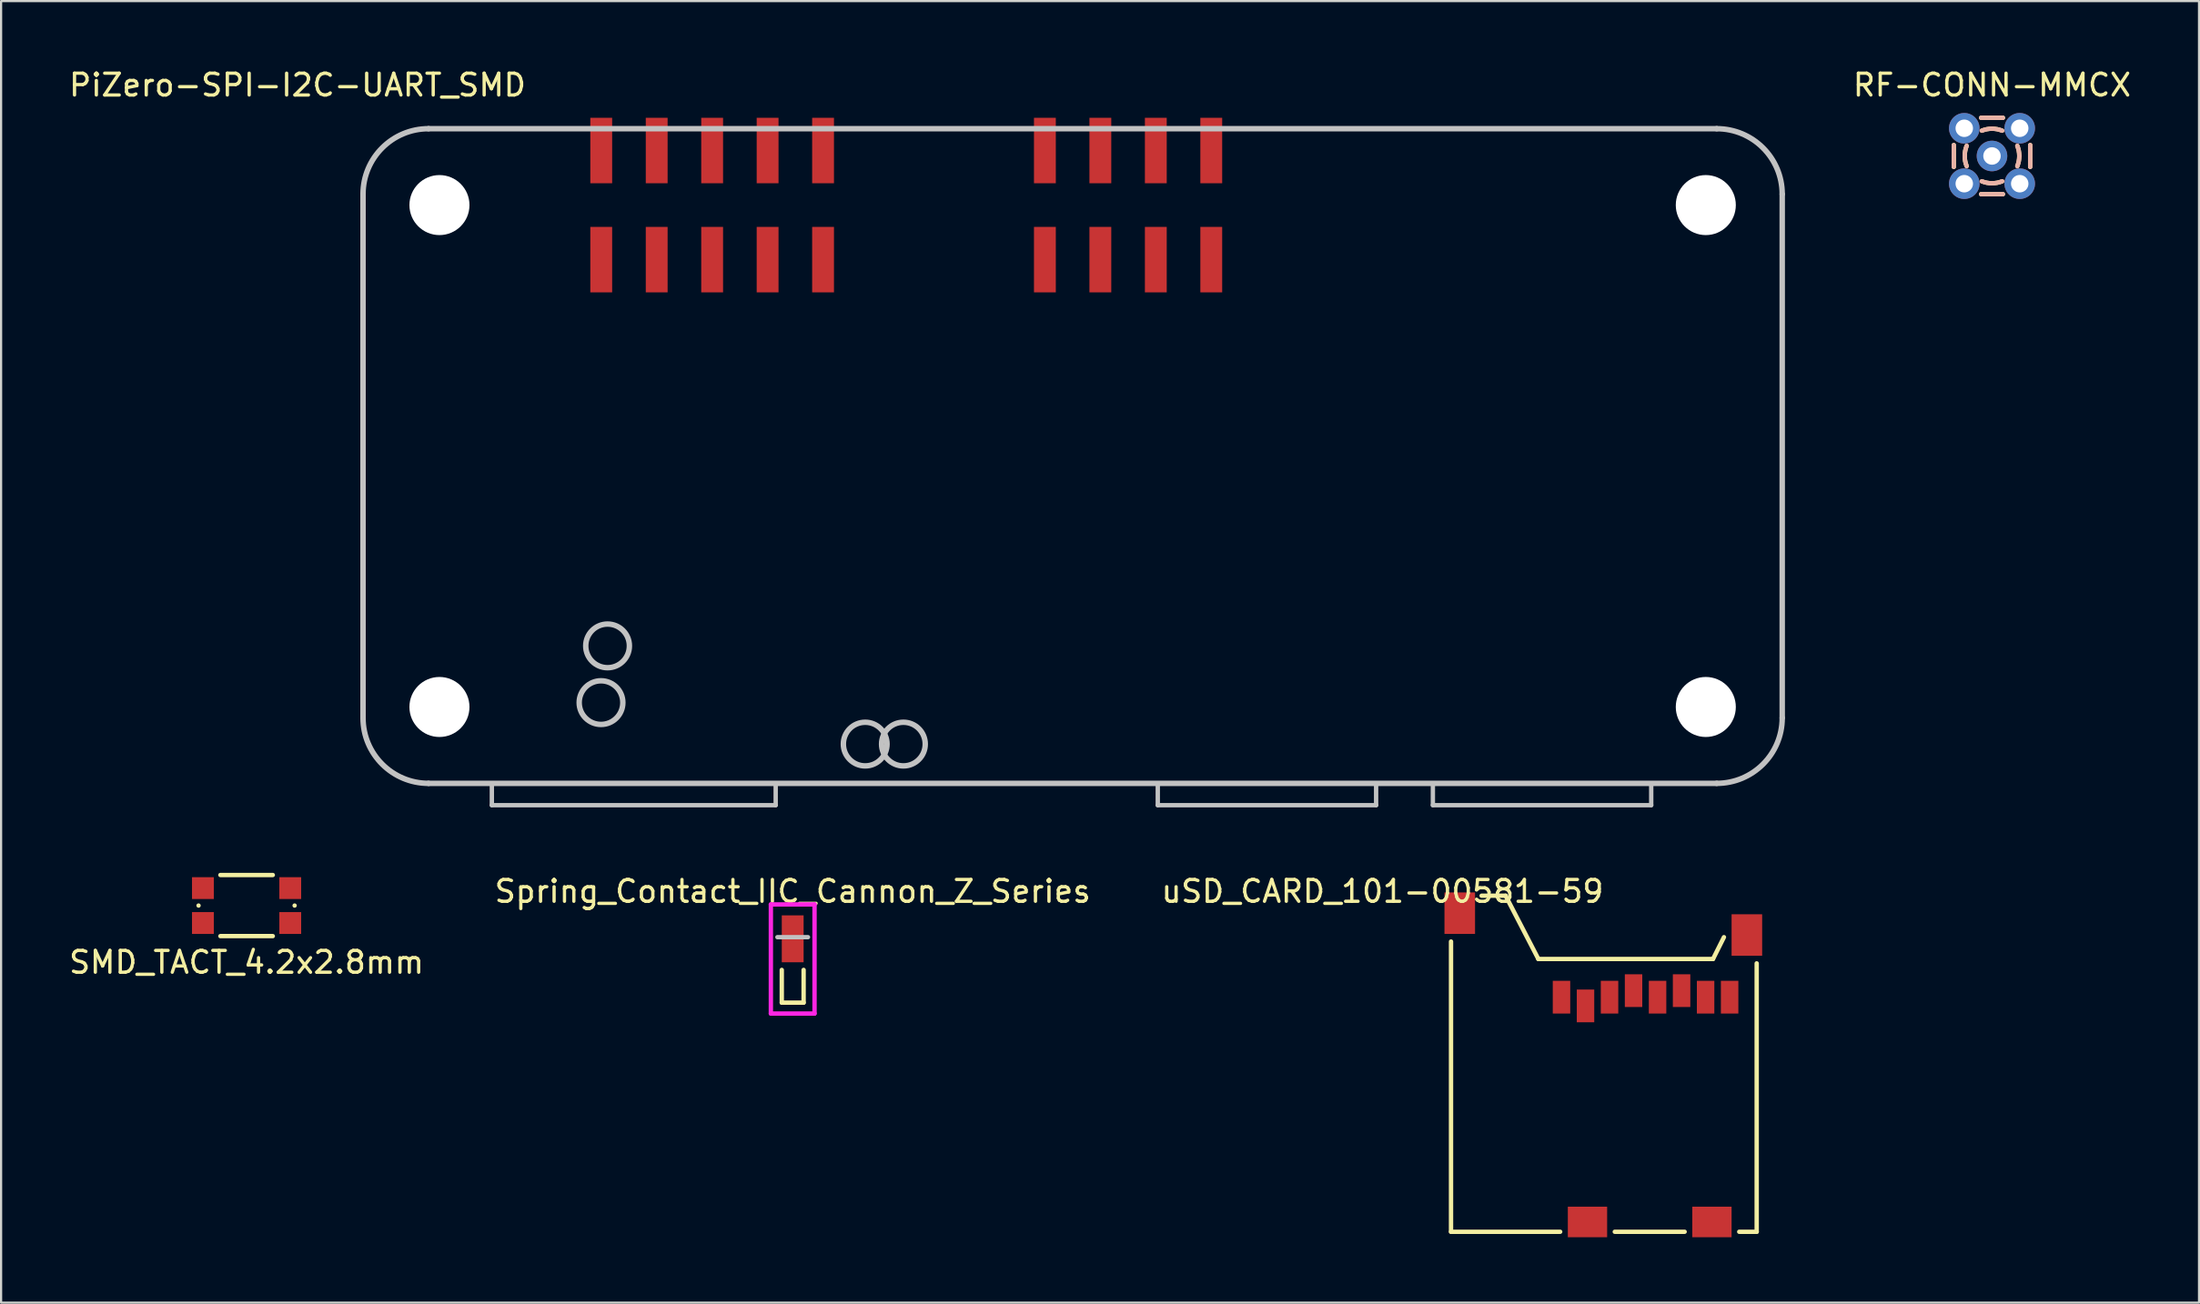
<source format=kicad_pcb>
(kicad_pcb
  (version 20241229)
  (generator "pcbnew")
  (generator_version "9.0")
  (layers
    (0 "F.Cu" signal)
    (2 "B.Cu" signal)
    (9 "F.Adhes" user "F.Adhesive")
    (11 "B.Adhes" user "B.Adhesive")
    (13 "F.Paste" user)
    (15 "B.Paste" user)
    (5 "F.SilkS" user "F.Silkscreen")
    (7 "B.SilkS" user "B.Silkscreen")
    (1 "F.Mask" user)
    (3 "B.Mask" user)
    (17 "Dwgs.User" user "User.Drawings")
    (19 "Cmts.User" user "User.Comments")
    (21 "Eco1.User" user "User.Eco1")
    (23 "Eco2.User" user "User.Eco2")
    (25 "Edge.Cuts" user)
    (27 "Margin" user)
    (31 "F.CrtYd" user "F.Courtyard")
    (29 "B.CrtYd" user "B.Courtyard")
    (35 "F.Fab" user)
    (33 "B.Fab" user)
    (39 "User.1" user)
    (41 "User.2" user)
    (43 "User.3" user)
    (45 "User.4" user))
  (footprint "SMD_TACT_4.2x2.8mm"
    (layer "F.Cu")
    (at 8.244 38.448)
    (property "Reference" "SMD_TACT_4.2x2.8mm" (at 0 2.6 0) (layer "F.SilkS") (effects (font (size 1 1) (thickness 0.15))))
    (attr through_hole)
    (fp_line (start -2.2 0) (end -2.2 0) (stroke (width 0.2) (type solid)) (layer "F.SilkS"))
    (fp_line (start -1.2 1.4) (end 1.2 1.4) (stroke (width 0.2) (type solid)) (layer "F.SilkS"))
    (fp_line (start 1.2 -1.4) (end -1.2 -1.4) (stroke (width 0.2) (type solid)) (layer "F.SilkS"))
    (fp_line (start 2.2 0) (end 2.2 0) (stroke (width 0.2) (type solid)) (layer "F.SilkS"))
    (pad "1" smd rect (at -2 -0.8) (size 1 1) (layers "F.Cu" "F.Mask" "F.Paste"))
    (pad "1" smd rect (at 2 -0.8) (size 1 1) (layers "F.Cu" "F.Mask" "F.Paste"))
    (pad "2" smd rect (at -2 0.8) (size 1 1) (layers "F.Cu" "F.Mask" "F.Paste"))
    (pad "2" smd rect (at 2 0.8) (size 1 1) (layers "F.Cu" "F.Mask" "F.Paste")))
  (footprint "RF-CONN-MMCX"
    (layer "F.Cu")
    (at 88.185 4.098)
    (property "Reference" "RF-CONN-MMCX" (at 0 -3.25 0) (layer "F.SilkS") (effects (font (size 1 1) (thickness 0.15))))
    (attr through_hole)
    (fp_line (start -1.75 0.5) (end -1.75 -0.5) (stroke (width 0.2) (type solid)) (layer "F.SilkS"))
    (fp_line (start -0.5 -1.75) (end 0.5 -1.75) (stroke (width 0.2) (type solid)) (layer "F.SilkS"))
    (fp_line (start 0.5 1.75) (end -0.5 1.75) (stroke (width 0.2) (type solid)) (layer "F.SilkS"))
    (fp_line (start 1.75 -0.5) (end 1.75 0.5) (stroke (width 0.2) (type solid)) (layer "F.SilkS"))
    (fp_arc (start -1.25 0) (mid -1.227446 -0.236384) (end -1.160596 -0.464238) (stroke (width 0.2) (type solid)) (layer "F.SilkS"))
    (fp_arc (start -1.160607 0.46421) (mid -1.227448 0.236369) (end -1.25 0) (stroke (width 0.2) (type solid)) (layer "F.SilkS"))
    (fp_arc (start -0.46421 -1.160607) (mid -0.236369 -1.227448) (end 0 -1.25) (stroke (width 0.2) (type solid)) (layer "F.SilkS"))
    (fp_arc (start 0 -1.25) (mid 0.236384 -1.227446) (end 0.464238 -1.160596) (stroke (width 0.2) (type solid)) (layer "F.SilkS"))
    (fp_arc (start 0 1.25) (mid -0.236384 1.227446) (end -0.464238 1.160596) (stroke (width 0.2) (type solid)) (layer "F.SilkS"))
    (fp_arc (start 0.46421 1.160607) (mid 0.236369 1.227448) (end 0 1.25) (stroke (width 0.2) (type solid)) (layer "F.SilkS"))
    (fp_arc (start 1.160607 -0.46421) (mid 1.227448 -0.236369) (end 1.25 0) (stroke (width 0.2) (type solid)) (layer "F.SilkS"))
    (fp_arc (start 1.25 0) (mid 1.227446 0.236384) (end 1.160596 0.464238) (stroke (width 0.2) (type solid)) (layer "F.SilkS"))
    (fp_line (start -1.75 0.5) (end -1.75 -0.5) (stroke (width 0.2) (type solid)) (layer "B.SilkS"))
    (fp_line (start -0.5 -1.75) (end 0.5 -1.75) (stroke (width 0.2) (type solid)) (layer "B.SilkS"))
    (fp_line (start 0.5 1.75) (end -0.5 1.75) (stroke (width 0.2) (type solid)) (layer "B.SilkS"))
    (fp_line (start 1.75 -0.5) (end 1.75 0.5) (stroke (width 0.2) (type solid)) (layer "B.SilkS"))
    (fp_arc (start -1.25 0) (mid -1.227448 -0.236369) (end -1.160607 -0.46421) (stroke (width 0.2) (type solid)) (layer "B.SilkS"))
    (fp_arc (start -1.160607 0.46421) (mid -1.227448 0.236369) (end -1.25 0) (stroke (width 0.2) (type solid)) (layer "B.SilkS"))
    (fp_arc (start -0.46421 -1.160607) (mid -0.236369 -1.227448) (end 0 -1.25) (stroke (width 0.2) (type solid)) (layer "B.SilkS"))
    (fp_arc (start 0 -1.25) (mid 0.236369 -1.227448) (end 0.46421 -1.160607) (stroke (width 0.2) (type solid)) (layer "B.SilkS"))
    (fp_arc (start 0 1.25) (mid -0.236369 1.227448) (end -0.46421 1.160607) (stroke (width 0.2) (type solid)) (layer "B.SilkS"))
    (fp_arc (start 0.46421 1.160607) (mid 0.236369 1.227448) (end 0 1.25) (stroke (width 0.2) (type solid)) (layer "B.SilkS"))
    (fp_arc (start 1.160607 -0.46421) (mid 1.227448 -0.236369) (end 1.25 0) (stroke (width 0.2) (type solid)) (layer "B.SilkS"))
    (fp_arc (start 1.25 0) (mid 1.227448 0.236369) (end 1.160607 0.46421) (stroke (width 0.2) (type solid)) (layer "B.SilkS"))
    (pad "1" thru_hole circle (at 0 0) (size 1.4 1.4) (drill 0.8) (layers "*.Cu" "*.Mask"))
    (pad "2" thru_hole circle (at -1.27 -1.27) (size 1.4 1.4) (drill 0.8) (layers "*.Cu" "*.Mask"))
    (pad "2" thru_hole circle (at -1.27 1.27) (size 1.4 1.4) (drill 0.8) (layers "*.Cu" "*.Mask"))
    (pad "2" thru_hole circle (at 1.27 -1.27) (size 1.4 1.4) (drill 0.8) (layers "*.Cu" "*.Mask"))
    (pad "2" thru_hole circle (at 1.27 1.27) (size 1.4 1.4) (drill 0.8) (layers "*.Cu" "*.Mask")))
  (footprint "uSD_CARD_101-00581-59"
    (layer "F.Cu")
    (at 77.408 43.397)
    (property "Reference" "uSD_CARD_101-00581-59" (at -17.14 -5.6 0) (layer "F.SilkS") (effects (font (size 1 1) (thickness 0.15))))
    (attr through_hole)
    (fp_line (start -14 10) (end -14 -3.3) (stroke (width 0.2) (type solid)) (layer "F.SilkS"))
    (fp_line (start -14 10) (end -9 10) (stroke (width 0.2) (type solid)) (layer "F.SilkS"))
    (fp_line (start -12.6 -5.4) (end -11.5 -5.4) (stroke (width 0.2) (type solid)) (layer "F.SilkS"))
    (fp_line (start -11.5 -5.4) (end -10 -2.5) (stroke (width 0.2) (type solid)) (layer "F.SilkS"))
    (fp_line (start -10 -2.5) (end -2 -2.5) (stroke (width 0.2) (type solid)) (layer "F.SilkS"))
    (fp_line (start -3.3 10) (end -6.5 10) (stroke (width 0.2) (type solid)) (layer "F.SilkS"))
    (fp_line (start -2 -2.5) (end -1.5 -3.5) (stroke (width 0.2) (type solid)) (layer "F.SilkS"))
    (fp_line (start 0 -2.3) (end 0 10) (stroke (width 0.2) (type solid)) (layer "F.SilkS"))
    (fp_line (start 0 10) (end -0.8 10) (stroke (width 0.2) (type solid)) (layer "F.SilkS"))
    (pad "1" smd rect (at -8.94 -0.75) (size 0.8 1.5) (layers "F.Cu" "F.Mask" "F.Paste"))
    (pad "2" smd rect (at -7.84 -0.35) (size 0.8 1.5) (layers "F.Cu" "F.Mask" "F.Paste"))
    (pad "3" smd rect (at -6.74 -0.75) (size 0.8 1.5) (layers "F.Cu" "F.Mask" "F.Paste"))
    (pad "4" smd rect (at -5.64 -1.05) (size 0.8 1.5) (layers "F.Cu" "F.Mask" "F.Paste"))
    (pad "5" smd rect (at -4.54 -0.75) (size 0.8 1.5) (layers "F.Cu" "F.Mask" "F.Paste"))
    (pad "6" smd rect (at -3.44 -1.05) (size 0.8 1.5) (layers "F.Cu" "F.Mask" "F.Paste"))
    (pad "7" smd rect (at -2.34 -0.75) (size 0.8 1.5) (layers "F.Cu" "F.Mask" "F.Paste"))
    (pad "8" smd rect (at -1.24 -0.75) (size 0.8 1.5) (layers "F.Cu" "F.Mask" "F.Paste"))
    (pad "9" smd rect (at -13.6 -4.6) (size 1.4 1.9) (layers "F.Cu" "F.Mask" "F.Paste"))
    (pad "9" smd rect (at -0.45 -3.6) (size 1.4 1.9) (layers "F.Cu" "F.Mask" "F.Paste"))
    (pad "10" smd rect (at -7.75 9.55) (size 1.8 1.4) (layers "F.Cu" "F.Mask" "F.Paste"))
    (pad "10" smd rect (at -2.05 9.55) (size 1.8 1.4) (layers "F.Cu" "F.Mask" "F.Paste")))
  (footprint "PiZero-SPI-I2C-UART_SMD"
    (layer "F.Cu")
    (at 13.577 32.848)
    (property "Reference" "PiZero-SPI-I2C-UART_SMD" (at -3 -32 0) (layer "F.SilkS") (effects (font (size 1 1) (thickness 0.15))))
    (attr through_hole)
    (fp_line (start 0 -3) (end 0 -27) (stroke (width 0.25) (type solid)) (layer "Dwgs.User"))
    (fp_line (start 3 -30) (end 62 -30) (stroke (width 0.25) (type solid)) (layer "Dwgs.User"))
    (fp_line (start 5.9 0) (end 5.9 1) (stroke (width 0.2) (type solid)) (layer "Dwgs.User"))
    (fp_line (start 5.9 1) (end 18.9 1) (stroke (width 0.2) (type solid)) (layer "Dwgs.User"))
    (fp_line (start 18.9 1) (end 18.9 0) (stroke (width 0.2) (type solid)) (layer "Dwgs.User"))
    (fp_line (start 36.4 0) (end 36.4 1) (stroke (width 0.2) (type solid)) (layer "Dwgs.User"))
    (fp_line (start 36.4 1) (end 46.4 1) (stroke (width 0.2) (type solid)) (layer "Dwgs.User"))
    (fp_line (start 46.4 1) (end 46.4 0) (stroke (width 0.2) (type solid)) (layer "Dwgs.User"))
    (fp_line (start 49 0) (end 49 1) (stroke (width 0.2) (type solid)) (layer "Dwgs.User"))
    (fp_line (start 49 1) (end 59 1) (stroke (width 0.2) (type solid)) (layer "Dwgs.User"))
    (fp_line (start 59 1) (end 59 0) (stroke (width 0.2) (type solid)) (layer "Dwgs.User"))
    (fp_line (start 62 0) (end 3 0) (stroke (width 0.25) (type solid)) (layer "Dwgs.User"))
    (fp_line (start 65 -27) (end 65 -3) (stroke (width 0.25) (type solid)) (layer "Dwgs.User"))
    (fp_arc (start 0 -27) (mid 0.87868 -29.12132) (end 3 -30) (stroke (width 0.25) (type solid)) (layer "Dwgs.User"))
    (fp_arc (start 3 0) (mid 0.87868 -0.87868) (end 0 -3) (stroke (width 0.25) (type solid)) (layer "Dwgs.User"))
    (fp_arc (start 62 -30) (mid 64.12132 -29.12132) (end 65 -27) (stroke (width 0.25) (type solid)) (layer "Dwgs.User"))
    (fp_arc (start 65 -3) (mid 64.12132 -0.87868) (end 62 0) (stroke (width 0.25) (type solid)) (layer "Dwgs.User"))
    (fp_circle (center 10.9 -3.7) (end 10.9 -4.7) (stroke (width 0.25) (type solid)) (fill no) (layer "Dwgs.User"))
    (fp_circle (center 11.2 -6.3) (end 11.2 -7.3) (stroke (width 0.25) (type solid)) (fill no) (layer "Dwgs.User"))
    (fp_circle (center 23 -1.8) (end 23 -2.8) (stroke (width 0.25) (type solid)) (fill no) (layer "Dwgs.User"))
    (fp_circle (center 24.75 -1.8) (end 24.75 -2.8) (stroke (width 0.25) (type solid)) (fill no) (layer "Dwgs.User"))
    (pad "" np_thru_hole circle (at 3.5 -26.5) (size 2.75 2.75) (drill 2.75) (layers "*.Cu" "*.Mask"))
    (pad "" np_thru_hole circle (at 3.5 -3.5) (size 2.75 2.75) (drill 2.75) (layers "*.Cu" "*.Mask"))
    (pad "" np_thru_hole circle (at 61.5 -26.5) (size 2.75 2.75) (drill 2.75) (layers "*.Cu" "*.Mask"))
    (pad "" np_thru_hole circle (at 61.5 -3.5) (size 2.75 2.75) (drill 2.75) (layers "*.Cu" "*.Mask"))
    (pad "3" smd rect (at 10.91 -24) (size 1 3) (layers "F.Cu" "F.Mask" "F.Paste"))
    (pad "4" smd rect (at 10.91 -29) (size 1 3) (layers "F.Cu" "F.Mask" "F.Paste"))
    (pad "5" smd rect (at 13.45 -24) (size 1 3) (layers "F.Cu" "F.Mask" "F.Paste"))
    (pad "6" smd rect (at 13.45 -29 90) (size 3 1) (layers "F.Cu" "F.Mask" "F.Paste"))
    (pad "7" smd rect (at 15.99 -24) (size 1 3) (layers "F.Cu" "F.Mask" "F.Paste"))
    (pad "8" smd rect (at 15.99 -29) (size 1 3) (layers "F.Cu" "F.Mask" "F.Paste"))
    (pad "9" smd rect (at 18.53 -24) (size 1 3) (layers "F.Cu" "F.Mask" "F.Paste"))
    (pad "10" smd rect (at 18.53 -29) (size 1 3) (layers "F.Cu" "F.Mask" "F.Paste"))
    (pad "11" smd rect (at 21.07 -24) (size 1 3) (layers "F.Cu" "F.Mask" "F.Paste"))
    (pad "12" smd rect (at 21.07 -29) (size 1 3) (layers "F.Cu" "F.Mask" "F.Paste"))
    (pad "19" smd rect (at 31.23 -24) (size 1 3) (layers "F.Cu" "F.Mask" "F.Paste"))
    (pad "20" smd rect (at 31.23 -29) (size 1 3) (layers "F.Cu" "F.Mask" "F.Paste"))
    (pad "21" smd rect (at 33.77 -24) (size 1 3) (layers "F.Cu" "F.Mask" "F.Paste"))
    (pad "22" smd rect (at 33.77 -29) (size 1 3) (layers "F.Cu" "F.Mask" "F.Paste"))
    (pad "23" smd rect (at 36.31 -24) (size 1 3) (layers "F.Cu" "F.Mask" "F.Paste"))
    (pad "24" smd rect (at 36.31 -29) (size 1 3) (layers "F.Cu" "F.Mask" "F.Paste"))
    (pad "25" smd rect (at 38.85 -24) (size 1 3) (layers "F.Cu" "F.Mask" "F.Paste"))
    (pad "26" smd rect (at 38.85 -29) (size 1 3) (layers "F.Cu" "F.Mask" "F.Paste")))
  (footprint "Spring_Contact_IIC_Cannon_Z_Series"
    (layer "F.Cu")
    (at 33.256 38.897)
    (property "Reference" "Spring_Contact_IIC_Cannon_Z_Series" (at 0 -1.1 0) (layer "F.SilkS") (effects (font (size 1 1) (thickness 0.15))))
    (attr through_hole)
    (fp_line (start -0.5 4) (end -0.5 2.5) (stroke (width 0.2) (type solid)) (layer "F.SilkS"))
    (fp_line (start 0.5 2.5) (end 0.5 4) (stroke (width 0.2) (type solid)) (layer "F.SilkS"))
    (fp_line (start 0.5 4) (end -0.5 4) (stroke (width 0.2) (type solid)) (layer "F.SilkS"))
    (fp_line (start -0.7 1) (end 0.7 1) (stroke (width 0.2) (type solid)) (layer "Dwgs.User"))
    (fp_line (start -1 -0.5) (end -1 4.5) (stroke (width 0.2) (type solid)) (layer "F.CrtYd"))
    (fp_line (start -1 4.5) (end 1 4.5) (stroke (width 0.2) (type solid)) (layer "F.CrtYd"))
    (fp_line (start 1 -0.5) (end -1 -0.5) (stroke (width 0.2) (type solid)) (layer "F.CrtYd"))
    (fp_line (start 1 4.5) (end 1 -0.5) (stroke (width 0.2) (type solid)) (layer "F.CrtYd"))
    (pad "1" smd rect (at 0 1.075) (size 1 2.15) (layers "F.Cu" "F.Mask" "F.Paste")))
  (gr_rect
    (start -3 -3)
    (end 97.667 56.647)
    (stroke (width 0.1) (type default))
    (fill no)
    (layer "Edge.Cuts")))
</source>
